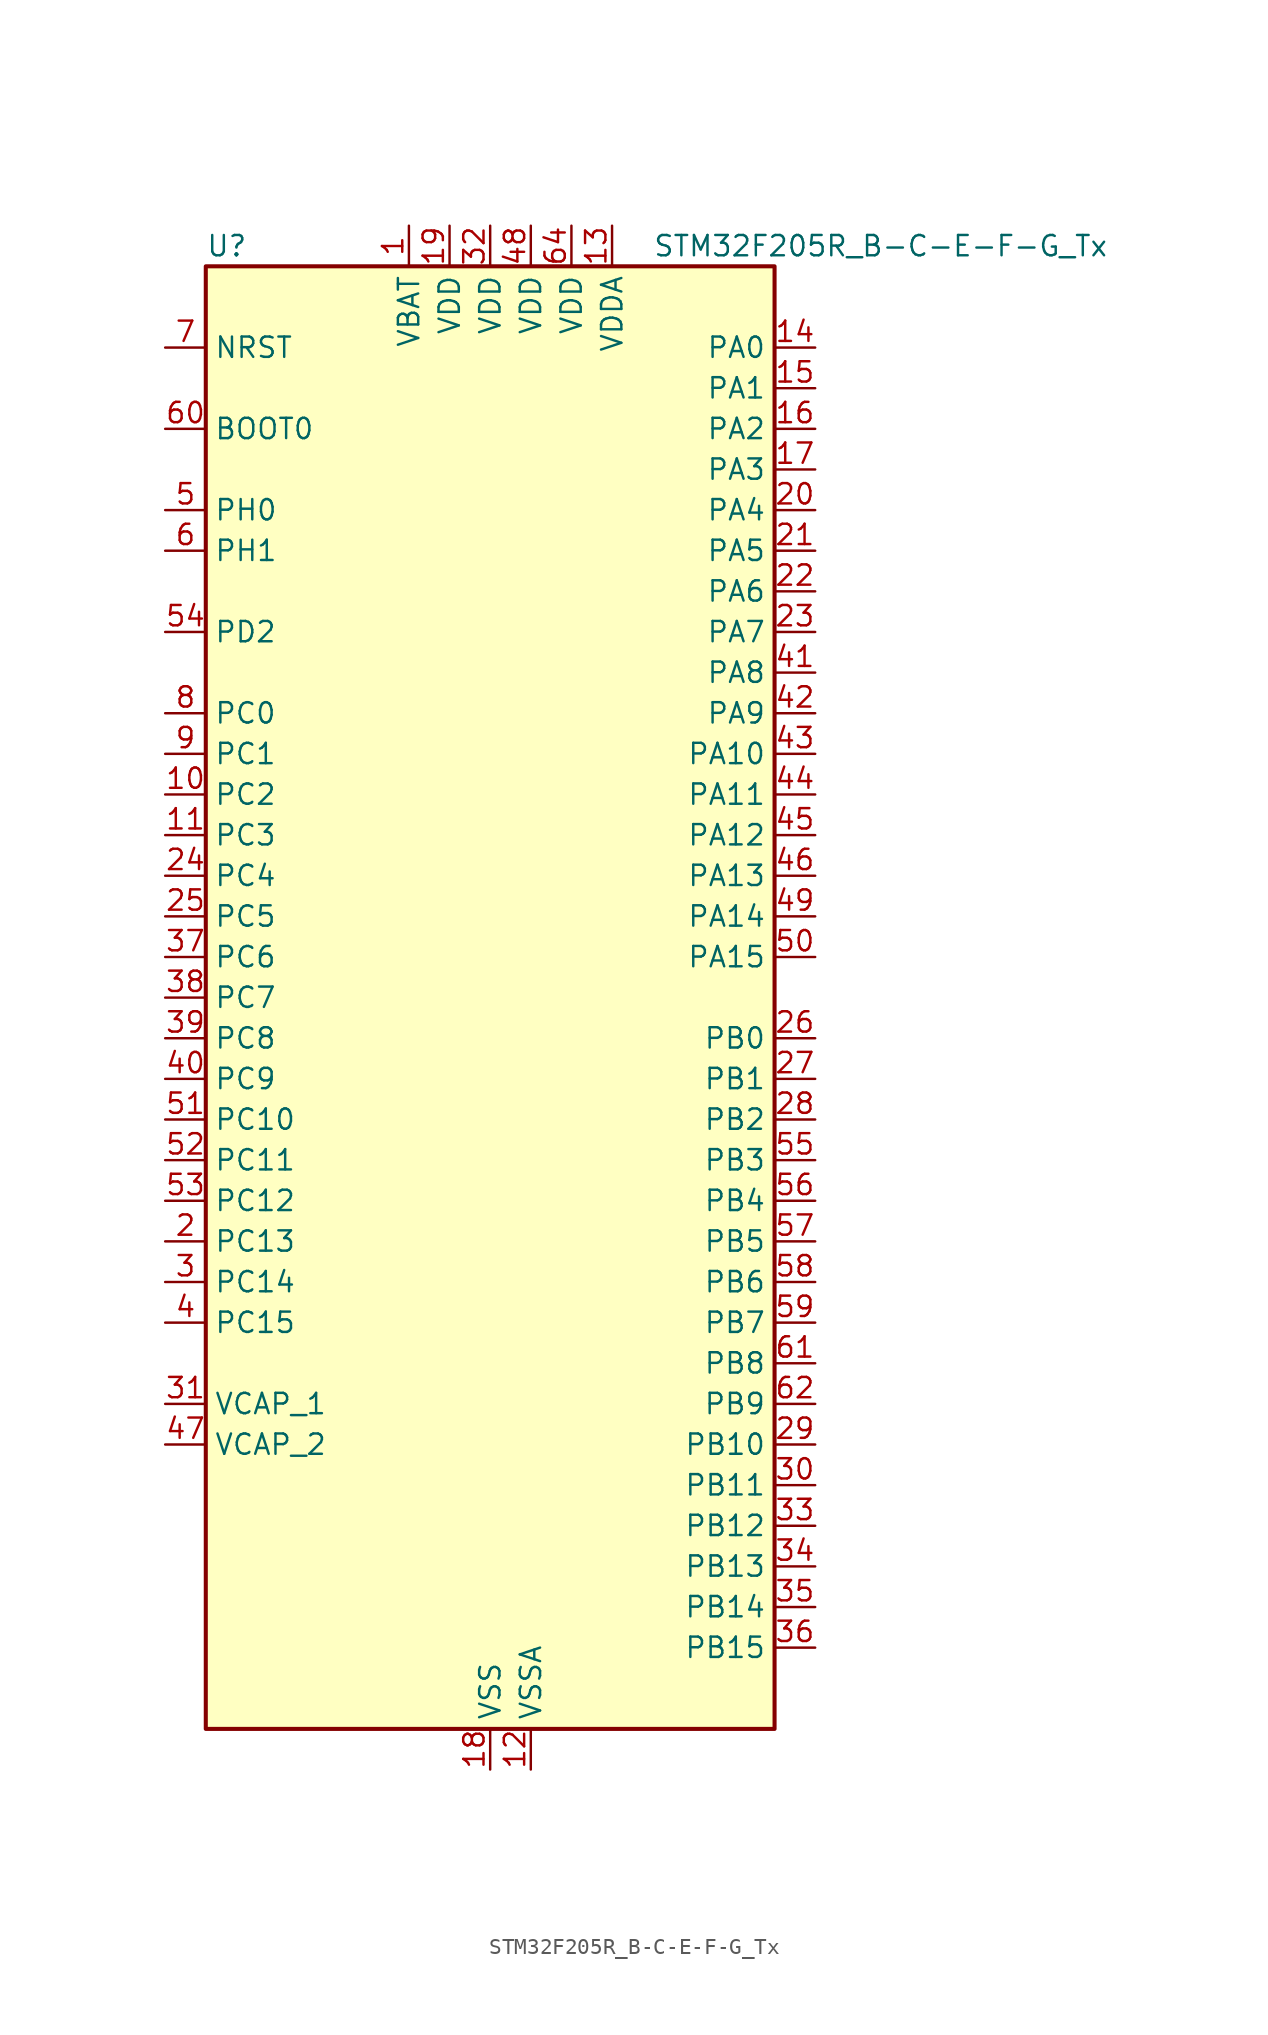
<source format=kicad_sym>
(kicad_symbol_lib
  (version 20241209)
  (generator "kicad_symbol_editor")
  (generator_version "9.0")
  (symbol "STM32F205R_B-C-E-F-G_Tx"
    (property "Reference" "U"
      (at -17.78 46.99 0)
      (effects (font (size 1.27 1.27)) (justify left)))
    (property "Value" "STM32F205R_B-C-E-F-G_Tx"
      (at 10.16 46.99 0)
      (effects (font (size 1.27 1.27)) (justify left)))
    (symbol "STM32F205R_B-C-E-F-G_Tx_0_1"
      (rectangle (start -17.78 -45.72) (end 17.78 45.72) (stroke (width 0.254) (type default)) (fill (type background))))
    (symbol "STM32F205R_B-C-E-F-G_Tx_1_1"
      (pin input line (at -20.32 40.64 0) (length 2.54) (name "NRST" (effects (font (size 1.27 1.27)))) (number "7" (effects (font (size 1.27 1.27)))))
      (pin input line (at -20.32 35.56 0) (length 2.54) (name "BOOT0" (effects (font (size 1.27 1.27)))) (number "60" (effects (font (size 1.27 1.27)))))
      (pin bidirectional line (at -20.32 30.48 0) (length 2.54) (name "PH0" (effects (font (size 1.27 1.27)))) (number "5" (effects (font (size 1.27 1.27)))) (alternate "RCC_OSC_IN" bidirectional line))
      (pin bidirectional line (at -20.32 27.94 0) (length 2.54) (name "PH1" (effects (font (size 1.27 1.27)))) (number "6" (effects (font (size 1.27 1.27)))) (alternate "RCC_OSC_OUT" bidirectional line))
      (pin bidirectional line (at -20.32 22.86 0) (length 2.54) (name "PD2" (effects (font (size 1.27 1.27)))) (number "54" (effects (font (size 1.27 1.27)))) (alternate "SDIO_CMD" bidirectional line) (alternate "TIM3_ETR" bidirectional line) (alternate "UART5_RX" bidirectional line))
      (pin bidirectional line (at -20.32 17.78 0) (length 2.54) (name "PC0" (effects (font (size 1.27 1.27)))) (number "8" (effects (font (size 1.27 1.27)))) (alternate "ADC1_IN10" bidirectional line) (alternate "ADC2_IN10" bidirectional line) (alternate "ADC3_IN10" bidirectional line) (alternate "USB_OTG_HS_ULPI_STP" bidirectional line))
      (pin bidirectional line (at -20.32 15.24 0) (length 2.54) (name "PC1" (effects (font (size 1.27 1.27)))) (number "9" (effects (font (size 1.27 1.27)))) (alternate "ADC1_IN11" bidirectional line) (alternate "ADC2_IN11" bidirectional line) (alternate "ADC3_IN11" bidirectional line))
      (pin bidirectional line (at -20.32 12.7 0) (length 2.54) (name "PC2" (effects (font (size 1.27 1.27)))) (number "10" (effects (font (size 1.27 1.27)))) (alternate "ADC1_IN12" bidirectional line) (alternate "ADC2_IN12" bidirectional line) (alternate "ADC3_IN12" bidirectional line) (alternate "SPI2_MISO" bidirectional line) (alternate "USB_OTG_HS_ULPI_DIR" bidirectional line))
      (pin bidirectional line (at -20.32 10.16 0) (length 2.54) (name "PC3" (effects (font (size 1.27 1.27)))) (number "11" (effects (font (size 1.27 1.27)))) (alternate "ADC1_IN13" bidirectional line) (alternate "ADC2_IN13" bidirectional line) (alternate "ADC3_IN13" bidirectional line) (alternate "I2S2_SD" bidirectional line) (alternate "SPI2_MOSI" bidirectional line) (alternate "USB_OTG_HS_ULPI_NXT" bidirectional line))
      (pin bidirectional line (at -20.32 7.62 0) (length 2.54) (name "PC4" (effects (font (size 1.27 1.27)))) (number "24" (effects (font (size 1.27 1.27)))) (alternate "ADC1_IN14" bidirectional line) (alternate "ADC2_IN14" bidirectional line))
      (pin bidirectional line (at -20.32 5.08 0) (length 2.54) (name "PC5" (effects (font (size 1.27 1.27)))) (number "25" (effects (font (size 1.27 1.27)))) (alternate "ADC1_IN15" bidirectional line) (alternate "ADC2_IN15" bidirectional line))
      (pin bidirectional line (at -20.32 2.54 0) (length 2.54) (name "PC6" (effects (font (size 1.27 1.27)))) (number "37" (effects (font (size 1.27 1.27)))) (alternate "I2S2_MCK" bidirectional line) (alternate "SDIO_D6" bidirectional line) (alternate "TIM3_CH1" bidirectional line) (alternate "TIM8_CH1" bidirectional line) (alternate "USART6_TX" bidirectional line))
      (pin bidirectional line (at -20.32 0 0) (length 2.54) (name "PC7" (effects (font (size 1.27 1.27)))) (number "38" (effects (font (size 1.27 1.27)))) (alternate "I2S3_MCK" bidirectional line) (alternate "SDIO_D7" bidirectional line) (alternate "TIM3_CH2" bidirectional line) (alternate "TIM8_CH2" bidirectional line) (alternate "USART6_RX" bidirectional line))
      (pin bidirectional line (at -20.32 -2.54 0) (length 2.54) (name "PC8" (effects (font (size 1.27 1.27)))) (number "39" (effects (font (size 1.27 1.27)))) (alternate "SDIO_D0" bidirectional line) (alternate "TIM3_CH3" bidirectional line) (alternate "TIM8_CH3" bidirectional line) (alternate "USART6_CK" bidirectional line))
      (pin bidirectional line (at -20.32 -5.08 0) (length 2.54) (name "PC9" (effects (font (size 1.27 1.27)))) (number "40" (effects (font (size 1.27 1.27)))) (alternate "DAC_EXTI9" bidirectional line) (alternate "I2C3_SDA" bidirectional line) (alternate "I2S_CKIN" bidirectional line) (alternate "RCC_MCO_2" bidirectional line) (alternate "SDIO_D1" bidirectional line) (alternate "TIM3_CH4" bidirectional line) (alternate "TIM8_CH4" bidirectional line))
      (pin bidirectional line (at -20.32 -7.62 0) (length 2.54) (name "PC10" (effects (font (size 1.27 1.27)))) (number "51" (effects (font (size 1.27 1.27)))) (alternate "I2S3_SCK" bidirectional line) (alternate "SDIO_D2" bidirectional line) (alternate "SPI3_SCK" bidirectional line) (alternate "UART4_TX" bidirectional line) (alternate "USART3_TX" bidirectional line))
      (pin bidirectional line (at -20.32 -10.16 0) (length 2.54) (name "PC11" (effects (font (size 1.27 1.27)))) (number "52" (effects (font (size 1.27 1.27)))) (alternate "ADC1_EXTI11" bidirectional line) (alternate "ADC2_EXTI11" bidirectional line) (alternate "ADC3_EXTI11" bidirectional line) (alternate "SDIO_D3" bidirectional line) (alternate "SPI3_MISO" bidirectional line) (alternate "UART4_RX" bidirectional line) (alternate "USART3_RX" bidirectional line))
      (pin bidirectional line (at -20.32 -12.7 0) (length 2.54) (name "PC12" (effects (font (size 1.27 1.27)))) (number "53" (effects (font (size 1.27 1.27)))) (alternate "I2S3_SD" bidirectional line) (alternate "SDIO_CK" bidirectional line) (alternate "SPI3_MOSI" bidirectional line) (alternate "UART5_TX" bidirectional line) (alternate "USART3_CK" bidirectional line))
      (pin bidirectional line (at -20.32 -15.24 0) (length 2.54) (name "PC13" (effects (font (size 1.27 1.27)))) (number "2" (effects (font (size 1.27 1.27)))) (alternate "RTC_AF1" bidirectional line))
      (pin bidirectional line (at -20.32 -17.78 0) (length 2.54) (name "PC14" (effects (font (size 1.27 1.27)))) (number "3" (effects (font (size 1.27 1.27)))) (alternate "RCC_OSC32_IN" bidirectional line))
      (pin bidirectional line (at -20.32 -20.32 0) (length 2.54) (name "PC15" (effects (font (size 1.27 1.27)))) (number "4" (effects (font (size 1.27 1.27)))) (alternate "ADC1_EXTI15" bidirectional line) (alternate "ADC2_EXTI15" bidirectional line) (alternate "ADC3_EXTI15" bidirectional line) (alternate "RCC_OSC32_OUT" bidirectional line))
      (pin power_out line (at -20.32 -25.4 0) (length 2.54) (name "VCAP_1" (effects (font (size 1.27 1.27)))) (number "31" (effects (font (size 1.27 1.27)))))
      (pin power_out line (at -20.32 -27.94 0) (length 2.54) (name "VCAP_2" (effects (font (size 1.27 1.27)))) (number "47" (effects (font (size 1.27 1.27)))))
      (pin power_in line (at -5.08 48.26 270) (length 2.54) (name "VBAT" (effects (font (size 1.27 1.27)))) (number "1" (effects (font (size 1.27 1.27)))))
      (pin power_in line (at -2.54 48.26 270) (length 2.54) (name "VDD" (effects (font (size 1.27 1.27)))) (number "19" (effects (font (size 1.27 1.27)))))
      (pin power_in line (at 0 48.26 270) (length 2.54) (name "VDD" (effects (font (size 1.27 1.27)))) (number "32" (effects (font (size 1.27 1.27)))))
      (pin power_in line (at 0 -48.26 90) (length 2.54) (name "VSS" (effects (font (size 1.27 1.27)))) (number "18" (effects (font (size 1.27 1.27)))))
      (pin passive line (at 0 -48.26 90) (length 2.54) (hide yes) (name "VSS" (effects (font (size 1.27 1.27)))) (number "63" (effects (font (size 1.27 1.27)))))
      (pin power_in line (at 2.54 48.26 270) (length 2.54) (name "VDD" (effects (font (size 1.27 1.27)))) (number "48" (effects (font (size 1.27 1.27)))))
      (pin power_in line (at 2.54 -48.26 90) (length 2.54) (name "VSSA" (effects (font (size 1.27 1.27)))) (number "12" (effects (font (size 1.27 1.27)))))
      (pin power_in line (at 5.08 48.26 270) (length 2.54) (name "VDD" (effects (font (size 1.27 1.27)))) (number "64" (effects (font (size 1.27 1.27)))))
      (pin power_in line (at 7.62 48.26 270) (length 2.54) (name "VDDA" (effects (font (size 1.27 1.27)))) (number "13" (effects (font (size 1.27 1.27)))))
      (pin bidirectional line (at 20.32 40.64 180) (length 2.54) (name "PA0" (effects (font (size 1.27 1.27)))) (number "14" (effects (font (size 1.27 1.27)))) (alternate "ADC1_IN0" bidirectional line) (alternate "ADC2_IN0" bidirectional line) (alternate "ADC3_IN0" bidirectional line) (alternate "SYS_WKUP" bidirectional line) (alternate "TIM2_CH1" bidirectional line) (alternate "TIM2_ETR" bidirectional line) (alternate "TIM5_CH1" bidirectional line) (alternate "TIM8_ETR" bidirectional line) (alternate "UART4_TX" bidirectional line) (alternate "USART2_CTS" bidirectional line))
      (pin bidirectional line (at 20.32 38.1 180) (length 2.54) (name "PA1" (effects (font (size 1.27 1.27)))) (number "15" (effects (font (size 1.27 1.27)))) (alternate "ADC1_IN1" bidirectional line) (alternate "ADC2_IN1" bidirectional line) (alternate "ADC3_IN1" bidirectional line) (alternate "TIM2_CH2" bidirectional line) (alternate "TIM5_CH2" bidirectional line) (alternate "UART4_RX" bidirectional line) (alternate "USART2_RTS" bidirectional line))
      (pin bidirectional line (at 20.32 35.56 180) (length 2.54) (name "PA2" (effects (font (size 1.27 1.27)))) (number "16" (effects (font (size 1.27 1.27)))) (alternate "ADC1_IN2" bidirectional line) (alternate "ADC2_IN2" bidirectional line) (alternate "ADC3_IN2" bidirectional line) (alternate "TIM2_CH3" bidirectional line) (alternate "TIM5_CH3" bidirectional line) (alternate "TIM9_CH1" bidirectional line) (alternate "USART2_TX" bidirectional line))
      (pin bidirectional line (at 20.32 33.02 180) (length 2.54) (name "PA3" (effects (font (size 1.27 1.27)))) (number "17" (effects (font (size 1.27 1.27)))) (alternate "ADC1_IN3" bidirectional line) (alternate "ADC2_IN3" bidirectional line) (alternate "ADC3_IN3" bidirectional line) (alternate "TIM2_CH4" bidirectional line) (alternate "TIM5_CH4" bidirectional line) (alternate "TIM9_CH2" bidirectional line) (alternate "USART2_RX" bidirectional line) (alternate "USB_OTG_HS_ULPI_D0" bidirectional line))
      (pin bidirectional line (at 20.32 30.48 180) (length 2.54) (name "PA4" (effects (font (size 1.27 1.27)))) (number "20" (effects (font (size 1.27 1.27)))) (alternate "ADC1_IN4" bidirectional line) (alternate "ADC2_IN4" bidirectional line) (alternate "DAC_OUT1" bidirectional line) (alternate "I2S3_WS" bidirectional line) (alternate "SPI1_NSS" bidirectional line) (alternate "SPI3_NSS" bidirectional line) (alternate "USART2_CK" bidirectional line) (alternate "USB_OTG_HS_SOF" bidirectional line))
      (pin bidirectional line (at 20.32 27.94 180) (length 2.54) (name "PA5" (effects (font (size 1.27 1.27)))) (number "21" (effects (font (size 1.27 1.27)))) (alternate "ADC1_IN5" bidirectional line) (alternate "ADC2_IN5" bidirectional line) (alternate "DAC_OUT2" bidirectional line) (alternate "SPI1_SCK" bidirectional line) (alternate "TIM2_CH1" bidirectional line) (alternate "TIM2_ETR" bidirectional line) (alternate "TIM8_CH1N" bidirectional line) (alternate "USB_OTG_HS_ULPI_CK" bidirectional line))
      (pin bidirectional line (at 20.32 25.4 180) (length 2.54) (name "PA6" (effects (font (size 1.27 1.27)))) (number "22" (effects (font (size 1.27 1.27)))) (alternate "ADC1_IN6" bidirectional line) (alternate "ADC2_IN6" bidirectional line) (alternate "SPI1_MISO" bidirectional line) (alternate "TIM13_CH1" bidirectional line) (alternate "TIM1_BKIN" bidirectional line) (alternate "TIM3_CH1" bidirectional line) (alternate "TIM8_BKIN" bidirectional line))
      (pin bidirectional line (at 20.32 22.86 180) (length 2.54) (name "PA7" (effects (font (size 1.27 1.27)))) (number "23" (effects (font (size 1.27 1.27)))) (alternate "ADC1_IN7" bidirectional line) (alternate "ADC2_IN7" bidirectional line) (alternate "SPI1_MOSI" bidirectional line) (alternate "TIM14_CH1" bidirectional line) (alternate "TIM1_CH1N" bidirectional line) (alternate "TIM3_CH2" bidirectional line) (alternate "TIM8_CH1N" bidirectional line))
      (pin bidirectional line (at 20.32 20.32 180) (length 2.54) (name "PA8" (effects (font (size 1.27 1.27)))) (number "41" (effects (font (size 1.27 1.27)))) (alternate "I2C3_SCL" bidirectional line) (alternate "RCC_MCO_1" bidirectional line) (alternate "TIM1_CH1" bidirectional line) (alternate "USART1_CK" bidirectional line) (alternate "USB_OTG_FS_SOF" bidirectional line))
      (pin bidirectional line (at 20.32 17.78 180) (length 2.54) (name "PA9" (effects (font (size 1.27 1.27)))) (number "42" (effects (font (size 1.27 1.27)))) (alternate "DAC_EXTI9" bidirectional line) (alternate "I2C3_SMBA" bidirectional line) (alternate "TIM1_CH2" bidirectional line) (alternate "USART1_TX" bidirectional line) (alternate "USB_OTG_FS_VBUS" bidirectional line))
      (pin bidirectional line (at 20.32 15.24 180) (length 2.54) (name "PA10" (effects (font (size 1.27 1.27)))) (number "43" (effects (font (size 1.27 1.27)))) (alternate "TIM1_CH3" bidirectional line) (alternate "USART1_RX" bidirectional line) (alternate "USB_OTG_FS_ID" bidirectional line))
      (pin bidirectional line (at 20.32 12.7 180) (length 2.54) (name "PA11" (effects (font (size 1.27 1.27)))) (number "44" (effects (font (size 1.27 1.27)))) (alternate "ADC1_EXTI11" bidirectional line) (alternate "ADC2_EXTI11" bidirectional line) (alternate "ADC3_EXTI11" bidirectional line) (alternate "CAN1_RX" bidirectional line) (alternate "TIM1_CH4" bidirectional line) (alternate "USART1_CTS" bidirectional line) (alternate "USB_OTG_FS_DM" bidirectional line))
      (pin bidirectional line (at 20.32 10.16 180) (length 2.54) (name "PA12" (effects (font (size 1.27 1.27)))) (number "45" (effects (font (size 1.27 1.27)))) (alternate "CAN1_TX" bidirectional line) (alternate "TIM1_ETR" bidirectional line) (alternate "USART1_RTS" bidirectional line) (alternate "USB_OTG_FS_DP" bidirectional line))
      (pin bidirectional line (at 20.32 7.62 180) (length 2.54) (name "PA13" (effects (font (size 1.27 1.27)))) (number "46" (effects (font (size 1.27 1.27)))) (alternate "SYS_JTMS-SWDIO" bidirectional line))
      (pin bidirectional line (at 20.32 5.08 180) (length 2.54) (name "PA14" (effects (font (size 1.27 1.27)))) (number "49" (effects (font (size 1.27 1.27)))) (alternate "SYS_JTCK-SWCLK" bidirectional line))
      (pin bidirectional line (at 20.32 2.54 180) (length 2.54) (name "PA15" (effects (font (size 1.27 1.27)))) (number "50" (effects (font (size 1.27 1.27)))) (alternate "ADC1_EXTI15" bidirectional line) (alternate "ADC2_EXTI15" bidirectional line) (alternate "ADC3_EXTI15" bidirectional line) (alternate "I2S3_WS" bidirectional line) (alternate "SPI1_NSS" bidirectional line) (alternate "SPI3_NSS" bidirectional line) (alternate "SYS_JTDI" bidirectional line) (alternate "TIM2_CH1" bidirectional line) (alternate "TIM2_ETR" bidirectional line))
      (pin bidirectional line (at 20.32 -2.54 180) (length 2.54) (name "PB0" (effects (font (size 1.27 1.27)))) (number "26" (effects (font (size 1.27 1.27)))) (alternate "ADC1_IN8" bidirectional line) (alternate "ADC2_IN8" bidirectional line) (alternate "TIM1_CH2N" bidirectional line) (alternate "TIM3_CH3" bidirectional line) (alternate "TIM8_CH2N" bidirectional line) (alternate "USB_OTG_HS_ULPI_D1" bidirectional line))
      (pin bidirectional line (at 20.32 -5.08 180) (length 2.54) (name "PB1" (effects (font (size 1.27 1.27)))) (number "27" (effects (font (size 1.27 1.27)))) (alternate "ADC1_IN9" bidirectional line) (alternate "ADC2_IN9" bidirectional line) (alternate "TIM1_CH3N" bidirectional line) (alternate "TIM3_CH4" bidirectional line) (alternate "TIM8_CH3N" bidirectional line) (alternate "USB_OTG_HS_ULPI_D2" bidirectional line))
      (pin bidirectional line (at 20.32 -7.62 180) (length 2.54) (name "PB2" (effects (font (size 1.27 1.27)))) (number "28" (effects (font (size 1.27 1.27)))))
      (pin bidirectional line (at 20.32 -10.16 180) (length 2.54) (name "PB3" (effects (font (size 1.27 1.27)))) (number "55" (effects (font (size 1.27 1.27)))) (alternate "I2S3_SCK" bidirectional line) (alternate "SPI1_SCK" bidirectional line) (alternate "SPI3_SCK" bidirectional line) (alternate "SYS_JTDO-SWO" bidirectional line) (alternate "TIM2_CH2" bidirectional line))
      (pin bidirectional line (at 20.32 -12.7 180) (length 2.54) (name "PB4" (effects (font (size 1.27 1.27)))) (number "56" (effects (font (size 1.27 1.27)))) (alternate "SPI1_MISO" bidirectional line) (alternate "SPI3_MISO" bidirectional line) (alternate "SYS_JTRST" bidirectional line) (alternate "TIM3_CH1" bidirectional line))
      (pin bidirectional line (at 20.32 -15.24 180) (length 2.54) (name "PB5" (effects (font (size 1.27 1.27)))) (number "57" (effects (font (size 1.27 1.27)))) (alternate "CAN2_RX" bidirectional line) (alternate "I2C1_SMBA" bidirectional line) (alternate "I2S3_SD" bidirectional line) (alternate "SPI1_MOSI" bidirectional line) (alternate "SPI3_MOSI" bidirectional line) (alternate "TIM3_CH2" bidirectional line) (alternate "USB_OTG_HS_ULPI_D7" bidirectional line))
      (pin bidirectional line (at 20.32 -17.78 180) (length 2.54) (name "PB6" (effects (font (size 1.27 1.27)))) (number "58" (effects (font (size 1.27 1.27)))) (alternate "CAN2_TX" bidirectional line) (alternate "I2C1_SCL" bidirectional line) (alternate "TIM4_CH1" bidirectional line) (alternate "USART1_TX" bidirectional line))
      (pin bidirectional line (at 20.32 -20.32 180) (length 2.54) (name "PB7" (effects (font (size 1.27 1.27)))) (number "59" (effects (font (size 1.27 1.27)))) (alternate "I2C1_SDA" bidirectional line) (alternate "TIM4_CH2" bidirectional line) (alternate "USART1_RX" bidirectional line))
      (pin bidirectional line (at 20.32 -22.86 180) (length 2.54) (name "PB8" (effects (font (size 1.27 1.27)))) (number "61" (effects (font (size 1.27 1.27)))) (alternate "CAN1_RX" bidirectional line) (alternate "I2C1_SCL" bidirectional line) (alternate "SDIO_D4" bidirectional line) (alternate "TIM10_CH1" bidirectional line) (alternate "TIM4_CH3" bidirectional line))
      (pin bidirectional line (at 20.32 -25.4 180) (length 2.54) (name "PB9" (effects (font (size 1.27 1.27)))) (number "62" (effects (font (size 1.27 1.27)))) (alternate "CAN1_TX" bidirectional line) (alternate "DAC_EXTI9" bidirectional line) (alternate "I2C1_SDA" bidirectional line) (alternate "I2S2_WS" bidirectional line) (alternate "SDIO_D5" bidirectional line) (alternate "SPI2_NSS" bidirectional line) (alternate "TIM11_CH1" bidirectional line) (alternate "TIM4_CH4" bidirectional line))
      (pin bidirectional line (at 20.32 -27.94 180) (length 2.54) (name "PB10" (effects (font (size 1.27 1.27)))) (number "29" (effects (font (size 1.27 1.27)))) (alternate "I2C2_SCL" bidirectional line) (alternate "I2S2_SCK" bidirectional line) (alternate "SPI2_SCK" bidirectional line) (alternate "TIM2_CH3" bidirectional line) (alternate "USART3_TX" bidirectional line) (alternate "USB_OTG_HS_ULPI_D3" bidirectional line))
      (pin bidirectional line (at 20.32 -30.48 180) (length 2.54) (name "PB11" (effects (font (size 1.27 1.27)))) (number "30" (effects (font (size 1.27 1.27)))) (alternate "ADC1_EXTI11" bidirectional line) (alternate "ADC2_EXTI11" bidirectional line) (alternate "ADC3_EXTI11" bidirectional line) (alternate "I2C2_SDA" bidirectional line) (alternate "TIM2_CH4" bidirectional line) (alternate "USART3_RX" bidirectional line) (alternate "USB_OTG_HS_ULPI_D4" bidirectional line))
      (pin bidirectional line (at 20.32 -33.02 180) (length 2.54) (name "PB12" (effects (font (size 1.27 1.27)))) (number "33" (effects (font (size 1.27 1.27)))) (alternate "CAN2_RX" bidirectional line) (alternate "I2C2_SMBA" bidirectional line) (alternate "I2S2_WS" bidirectional line) (alternate "SPI2_NSS" bidirectional line) (alternate "TIM1_BKIN" bidirectional line) (alternate "USART3_CK" bidirectional line) (alternate "USB_OTG_HS_ID" bidirectional line) (alternate "USB_OTG_HS_ULPI_D5" bidirectional line))
      (pin bidirectional line (at 20.32 -35.56 180) (length 2.54) (name "PB13" (effects (font (size 1.27 1.27)))) (number "34" (effects (font (size 1.27 1.27)))) (alternate "CAN2_TX" bidirectional line) (alternate "I2S2_SCK" bidirectional line) (alternate "SPI2_SCK" bidirectional line) (alternate "TIM1_CH1N" bidirectional line) (alternate "USART3_CTS" bidirectional line) (alternate "USB_OTG_HS_ULPI_D6" bidirectional line) (alternate "USB_OTG_HS_VBUS" bidirectional line))
      (pin bidirectional line (at 20.32 -38.1 180) (length 2.54) (name "PB14" (effects (font (size 1.27 1.27)))) (number "35" (effects (font (size 1.27 1.27)))) (alternate "SPI2_MISO" bidirectional line) (alternate "TIM12_CH1" bidirectional line) (alternate "TIM1_CH2N" bidirectional line) (alternate "TIM8_CH2N" bidirectional line) (alternate "USART3_RTS" bidirectional line) (alternate "USB_OTG_HS_DM" bidirectional line))
      (pin bidirectional line (at 20.32 -40.64 180) (length 2.54) (name "PB15" (effects (font (size 1.27 1.27)))) (number "36" (effects (font (size 1.27 1.27)))) (alternate "ADC1_EXTI15" bidirectional line) (alternate "ADC2_EXTI15" bidirectional line) (alternate "ADC3_EXTI15" bidirectional line) (alternate "I2S2_SD" bidirectional line) (alternate "RTC_REFIN" bidirectional line) (alternate "SPI2_MOSI" bidirectional line) (alternate "TIM12_CH2" bidirectional line) (alternate "TIM1_CH3N" bidirectional line) (alternate "TIM8_CH3N" bidirectional line) (alternate "USB_OTG_HS_DP" bidirectional line)))))
</source>
